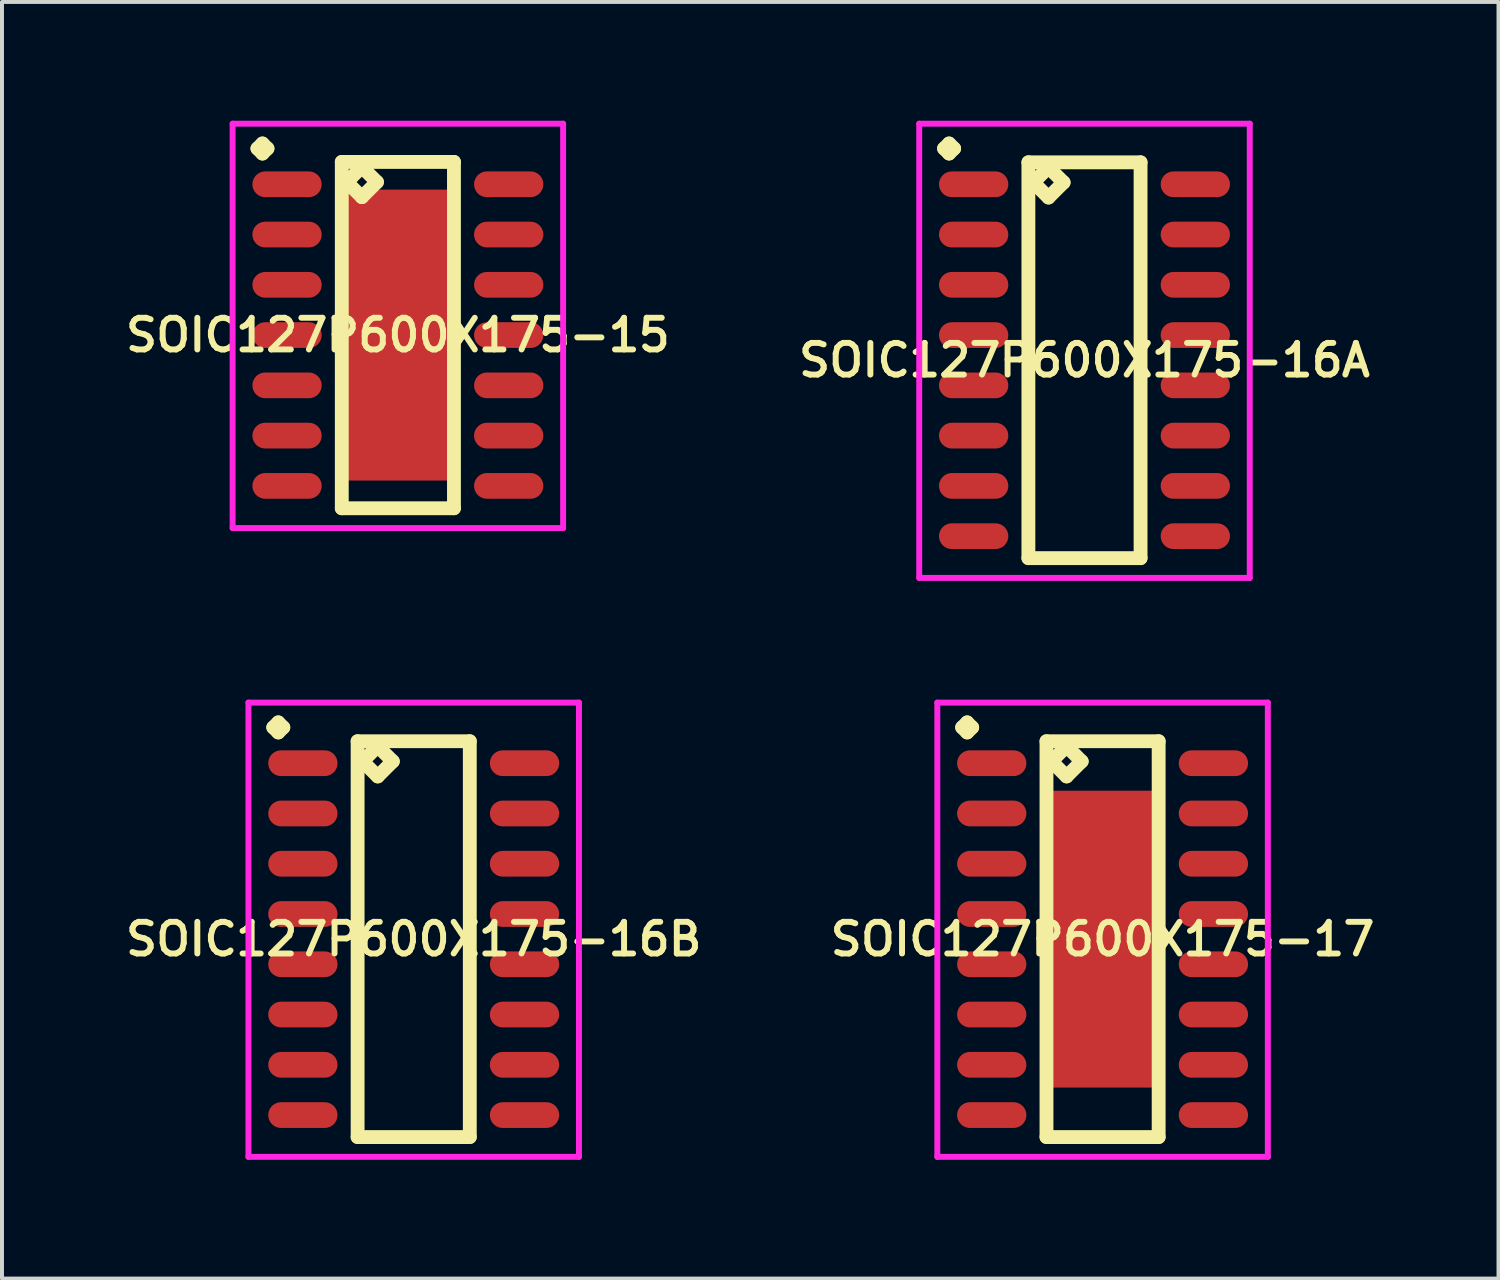
<source format=kicad_pcb>
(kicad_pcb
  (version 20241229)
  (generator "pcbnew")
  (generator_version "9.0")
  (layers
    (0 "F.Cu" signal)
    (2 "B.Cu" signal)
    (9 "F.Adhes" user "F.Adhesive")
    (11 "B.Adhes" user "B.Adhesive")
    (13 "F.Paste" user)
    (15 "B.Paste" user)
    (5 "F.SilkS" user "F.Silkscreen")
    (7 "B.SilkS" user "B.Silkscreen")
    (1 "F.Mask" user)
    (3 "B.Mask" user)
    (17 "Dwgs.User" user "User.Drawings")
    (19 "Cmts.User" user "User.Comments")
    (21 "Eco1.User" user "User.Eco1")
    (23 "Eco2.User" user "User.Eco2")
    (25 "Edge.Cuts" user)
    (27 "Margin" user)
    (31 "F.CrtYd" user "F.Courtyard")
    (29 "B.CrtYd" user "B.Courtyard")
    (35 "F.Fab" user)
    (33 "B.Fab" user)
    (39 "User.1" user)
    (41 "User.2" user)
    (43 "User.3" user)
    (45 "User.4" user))
  (footprint "SOIC127P600X175-15"
    (layer "F.Cu")
    (at 7.002 5.416)
    (property "Reference" "SOIC127P600X175-15" (at 0 0 0) (layer "F.SilkS") (effects (font (size 0.8 0.8) (thickness 0.15))))
    (attr smd)
    (fp_line (start -3.548 -4.714) (end -3.421 -4.841) (stroke (width 0.35) (type solid)) (layer "F.SilkS"))
    (fp_line (start -3.421 -4.841) (end -3.294 -4.714) (stroke (width 0.35) (type solid)) (layer "F.SilkS"))
    (fp_line (start -3.421 -4.587) (end -3.548 -4.714) (stroke (width 0.35) (type solid)) (layer "F.SilkS"))
    (fp_line (start -3.294 -4.714) (end -3.421 -4.587) (stroke (width 0.35) (type solid)) (layer "F.SilkS"))
    (fp_line (start -1.417 -4.375) (end -1.417 4.375) (stroke (width 0.35) (type solid)) (layer "F.SilkS"))
    (fp_line (start -1.417 4.375) (end 1.417 4.375) (stroke (width 0.35) (type solid)) (layer "F.SilkS"))
    (fp_line (start -1.29 -3.867) (end -0.909 -4.248) (stroke (width 0.35) (type solid)) (layer "F.SilkS"))
    (fp_line (start -0.909 -4.248) (end -0.528 -3.867) (stroke (width 0.35) (type solid)) (layer "F.SilkS"))
    (fp_line (start -0.909 -3.486) (end -1.29 -3.867) (stroke (width 0.35) (type solid)) (layer "F.SilkS"))
    (fp_line (start -0.528 -3.867) (end -0.909 -3.486) (stroke (width 0.35) (type solid)) (layer "F.SilkS"))
    (fp_line (start 1.417 -4.375) (end -1.417 -4.375) (stroke (width 0.35) (type solid)) (layer "F.SilkS"))
    (fp_line (start 1.417 4.375) (end 1.417 -4.375) (stroke (width 0.35) (type solid)) (layer "F.SilkS"))
    (fp_line (start -4.175 -5.341) (end 4.175 -5.341) (stroke (width 0.15) (type solid)) (layer "F.CrtYd"))
    (fp_line (start -4.175 4.875) (end -4.175 -5.341) (stroke (width 0.15) (type solid)) (layer "F.CrtYd"))
    (fp_line (start 4.175 -5.341) (end 4.175 4.875) (stroke (width 0.15) (type solid)) (layer "F.CrtYd"))
    (fp_line (start 4.175 4.875) (end -4.175 4.875) (stroke (width 0.15) (type solid)) (layer "F.CrtYd"))
    (pad "1" smd oval (at -2.8 -3.81) (size 1.75 0.65) (layers "F.Cu" "F.Mask" "F.Paste"))
    (pad "2" smd oval (at -2.8 -2.54) (size 1.75 0.65) (layers "F.Cu" "F.Mask" "F.Paste"))
    (pad "3" smd oval (at -2.8 -1.27) (size 1.75 0.65) (layers "F.Cu" "F.Mask" "F.Paste"))
    (pad "4" smd oval (at -2.8 0) (size 1.75 0.65) (layers "F.Cu" "F.Mask" "F.Paste"))
    (pad "5" smd oval (at -2.8 1.27) (size 1.75 0.65) (layers "F.Cu" "F.Mask" "F.Paste"))
    (pad "6" smd oval (at -2.8 2.54) (size 1.75 0.65) (layers "F.Cu" "F.Mask" "F.Paste"))
    (pad "7" smd oval (at -2.8 3.81) (size 1.75 0.65) (layers "F.Cu" "F.Mask" "F.Paste"))
    (pad "8" smd oval (at 2.8 3.81) (size 1.75 0.65) (layers "F.Cu" "F.Mask" "F.Paste"))
    (pad "9" smd oval (at 2.8 2.54) (size 1.75 0.65) (layers "F.Cu" "F.Mask" "F.Paste"))
    (pad "10" smd oval (at 2.8 1.27) (size 1.75 0.65) (layers "F.Cu" "F.Mask" "F.Paste"))
    (pad "11" smd oval (at 2.8 0) (size 1.75 0.65) (layers "F.Cu" "F.Mask" "F.Paste"))
    (pad "12" smd oval (at 2.8 -1.27) (size 1.75 0.65) (layers "F.Cu" "F.Mask" "F.Paste"))
    (pad "13" smd oval (at 2.8 -2.54) (size 1.75 0.65) (layers "F.Cu" "F.Mask" "F.Paste"))
    (pad "14" smd oval (at 2.8 -3.81) (size 1.75 0.65) (layers "F.Cu" "F.Mask" "F.Paste"))
    (pad "15" smd rect (at 0 0) (size 2.75 7.35) (layers "F.Cu" "F.Mask" "F.Paste")))
  (footprint "SOIC127P600X175-16B"
    (layer "F.Cu")
    (at 7.402 20.677)
    (property "Reference" "SOIC127P600X175-16B" (at 0 0 0) (layer "F.SilkS") (effects (font (size 0.8 0.8) (thickness 0.15))))
    (attr smd)
    (fp_line (start -3.548 -5.349) (end -3.421 -5.476) (stroke (width 0.35) (type solid)) (layer "F.SilkS"))
    (fp_line (start -3.421 -5.476) (end -3.294 -5.349) (stroke (width 0.35) (type solid)) (layer "F.SilkS"))
    (fp_line (start -3.421 -5.222) (end -3.548 -5.349) (stroke (width 0.35) (type solid)) (layer "F.SilkS"))
    (fp_line (start -3.294 -5.349) (end -3.421 -5.222) (stroke (width 0.35) (type solid)) (layer "F.SilkS"))
    (fp_line (start -1.417 -5) (end -1.417 5) (stroke (width 0.35) (type solid)) (layer "F.SilkS"))
    (fp_line (start -1.417 5) (end 1.417 5) (stroke (width 0.35) (type solid)) (layer "F.SilkS"))
    (fp_line (start -1.29 -4.492) (end -0.909 -4.873) (stroke (width 0.35) (type solid)) (layer "F.SilkS"))
    (fp_line (start -0.909 -4.873) (end -0.528 -4.492) (stroke (width 0.35) (type solid)) (layer "F.SilkS"))
    (fp_line (start -0.909 -4.111) (end -1.29 -4.492) (stroke (width 0.35) (type solid)) (layer "F.SilkS"))
    (fp_line (start -0.528 -4.492) (end -0.909 -4.111) (stroke (width 0.35) (type solid)) (layer "F.SilkS"))
    (fp_line (start 1.417 -5) (end -1.417 -5) (stroke (width 0.35) (type solid)) (layer "F.SilkS"))
    (fp_line (start 1.417 5) (end 1.417 -5) (stroke (width 0.35) (type solid)) (layer "F.SilkS"))
    (fp_line (start -4.175 -5.976) (end 4.175 -5.976) (stroke (width 0.15) (type solid)) (layer "F.CrtYd"))
    (fp_line (start -4.175 5.5) (end -4.175 -5.976) (stroke (width 0.15) (type solid)) (layer "F.CrtYd"))
    (fp_line (start 4.175 -5.976) (end 4.175 5.5) (stroke (width 0.15) (type solid)) (layer "F.CrtYd"))
    (fp_line (start 4.175 5.5) (end -4.175 5.5) (stroke (width 0.15) (type solid)) (layer "F.CrtYd"))
    (pad "1" smd oval (at -2.8 -4.445) (size 1.75 0.65) (layers "F.Cu" "F.Mask" "F.Paste"))
    (pad "2" smd oval (at -2.8 -3.175) (size 1.75 0.65) (layers "F.Cu" "F.Mask" "F.Paste"))
    (pad "3" smd oval (at -2.8 -1.905) (size 1.75 0.65) (layers "F.Cu" "F.Mask" "F.Paste"))
    (pad "4" smd oval (at -2.8 -0.635) (size 1.75 0.65) (layers "F.Cu" "F.Mask" "F.Paste"))
    (pad "5" smd oval (at -2.8 0.635) (size 1.75 0.65) (layers "F.Cu" "F.Mask" "F.Paste"))
    (pad "6" smd oval (at -2.8 1.905) (size 1.75 0.65) (layers "F.Cu" "F.Mask" "F.Paste"))
    (pad "7" smd oval (at -2.8 3.175) (size 1.75 0.65) (layers "F.Cu" "F.Mask" "F.Paste"))
    (pad "8" smd oval (at -2.8 4.445) (size 1.75 0.65) (layers "F.Cu" "F.Mask" "F.Paste"))
    (pad "9" smd oval (at 2.8 4.445) (size 1.75 0.65) (layers "F.Cu" "F.Mask" "F.Paste"))
    (pad "10" smd oval (at 2.8 3.175) (size 1.75 0.65) (layers "F.Cu" "F.Mask" "F.Paste"))
    (pad "11" smd oval (at 2.8 1.905) (size 1.75 0.65) (layers "F.Cu" "F.Mask" "F.Paste"))
    (pad "12" smd oval (at 2.8 0.635) (size 1.75 0.65) (layers "F.Cu" "F.Mask" "F.Paste"))
    (pad "13" smd oval (at 2.8 -0.635) (size 1.75 0.65) (layers "F.Cu" "F.Mask" "F.Paste"))
    (pad "14" smd oval (at 2.8 -1.905) (size 1.75 0.65) (layers "F.Cu" "F.Mask" "F.Paste"))
    (pad "15" smd oval (at 2.8 -3.175) (size 1.75 0.65) (layers "F.Cu" "F.Mask" "F.Paste"))
    (pad "16" smd oval (at 2.8 -4.445) (size 1.75 0.65) (layers "F.Cu" "F.Mask" "F.Paste")))
  (footprint "SOIC127P600X175-17"
    (layer "F.Cu")
    (at 24.806 20.677)
    (property "Reference" "SOIC127P600X175-17" (at 0 0 0) (layer "F.SilkS") (effects (font (size 0.8 0.8) (thickness 0.15))))
    (attr smd)
    (fp_line (start -3.548 -5.349) (end -3.421 -5.476) (stroke (width 0.35) (type solid)) (layer "F.SilkS"))
    (fp_line (start -3.421 -5.476) (end -3.294 -5.349) (stroke (width 0.35) (type solid)) (layer "F.SilkS"))
    (fp_line (start -3.421 -5.222) (end -3.548 -5.349) (stroke (width 0.35) (type solid)) (layer "F.SilkS"))
    (fp_line (start -3.294 -5.349) (end -3.421 -5.222) (stroke (width 0.35) (type solid)) (layer "F.SilkS"))
    (fp_line (start -1.417 -5) (end -1.417 5) (stroke (width 0.35) (type solid)) (layer "F.SilkS"))
    (fp_line (start -1.417 5) (end 1.417 5) (stroke (width 0.35) (type solid)) (layer "F.SilkS"))
    (fp_line (start -1.29 -4.492) (end -0.909 -4.873) (stroke (width 0.35) (type solid)) (layer "F.SilkS"))
    (fp_line (start -0.909 -4.873) (end -0.528 -4.492) (stroke (width 0.35) (type solid)) (layer "F.SilkS"))
    (fp_line (start -0.909 -4.111) (end -1.29 -4.492) (stroke (width 0.35) (type solid)) (layer "F.SilkS"))
    (fp_line (start -0.528 -4.492) (end -0.909 -4.111) (stroke (width 0.35) (type solid)) (layer "F.SilkS"))
    (fp_line (start 1.417 -5) (end -1.417 -5) (stroke (width 0.35) (type solid)) (layer "F.SilkS"))
    (fp_line (start 1.417 5) (end 1.417 -5) (stroke (width 0.35) (type solid)) (layer "F.SilkS"))
    (fp_line (start -4.175 -5.976) (end 4.175 -5.976) (stroke (width 0.15) (type solid)) (layer "F.CrtYd"))
    (fp_line (start -4.175 5.5) (end -4.175 -5.976) (stroke (width 0.15) (type solid)) (layer "F.CrtYd"))
    (fp_line (start 4.175 -5.976) (end 4.175 5.5) (stroke (width 0.15) (type solid)) (layer "F.CrtYd"))
    (fp_line (start 4.175 5.5) (end -4.175 5.5) (stroke (width 0.15) (type solid)) (layer "F.CrtYd"))
    (pad "1" smd oval (at -2.8 -4.445) (size 1.75 0.65) (layers "F.Cu" "F.Mask" "F.Paste"))
    (pad "2" smd oval (at -2.8 -3.175) (size 1.75 0.65) (layers "F.Cu" "F.Mask" "F.Paste"))
    (pad "3" smd oval (at -2.8 -1.905) (size 1.75 0.65) (layers "F.Cu" "F.Mask" "F.Paste"))
    (pad "4" smd oval (at -2.8 -0.635) (size 1.75 0.65) (layers "F.Cu" "F.Mask" "F.Paste"))
    (pad "5" smd oval (at -2.8 0.635) (size 1.75 0.65) (layers "F.Cu" "F.Mask" "F.Paste"))
    (pad "6" smd oval (at -2.8 1.905) (size 1.75 0.65) (layers "F.Cu" "F.Mask" "F.Paste"))
    (pad "7" smd oval (at -2.8 3.175) (size 1.75 0.65) (layers "F.Cu" "F.Mask" "F.Paste"))
    (pad "8" smd oval (at -2.8 4.445) (size 1.75 0.65) (layers "F.Cu" "F.Mask" "F.Paste"))
    (pad "9" smd oval (at 2.8 4.445) (size 1.75 0.65) (layers "F.Cu" "F.Mask" "F.Paste"))
    (pad "10" smd oval (at 2.8 3.175) (size 1.75 0.65) (layers "F.Cu" "F.Mask" "F.Paste"))
    (pad "11" smd oval (at 2.8 1.905) (size 1.75 0.65) (layers "F.Cu" "F.Mask" "F.Paste"))
    (pad "12" smd oval (at 2.8 0.635) (size 1.75 0.65) (layers "F.Cu" "F.Mask" "F.Paste"))
    (pad "13" smd oval (at 2.8 -0.635) (size 1.75 0.65) (layers "F.Cu" "F.Mask" "F.Paste"))
    (pad "14" smd oval (at 2.8 -1.905) (size 1.75 0.65) (layers "F.Cu" "F.Mask" "F.Paste"))
    (pad "15" smd oval (at 2.8 -3.175) (size 1.75 0.65) (layers "F.Cu" "F.Mask" "F.Paste"))
    (pad "16" smd oval (at 2.8 -4.445) (size 1.75 0.65) (layers "F.Cu" "F.Mask" "F.Paste"))
    (pad "17" smd rect (at 0 0) (size 2.5 7.5) (layers "F.Cu" "F.Mask" "F.Paste")))
  (footprint "SOIC127P600X175-16A"
    (layer "F.Cu")
    (at 24.349 6.051)
    (property "Reference" "SOIC127P600X175-16A" (at 0 0 0) (layer "F.SilkS") (effects (font (size 0.8 0.8) (thickness 0.15))))
    (attr smd)
    (fp_line (start -3.548 -5.349) (end -3.421 -5.476) (stroke (width 0.35) (type solid)) (layer "F.SilkS"))
    (fp_line (start -3.421 -5.476) (end -3.294 -5.349) (stroke (width 0.35) (type solid)) (layer "F.SilkS"))
    (fp_line (start -3.421 -5.222) (end -3.548 -5.349) (stroke (width 0.35) (type solid)) (layer "F.SilkS"))
    (fp_line (start -3.294 -5.349) (end -3.421 -5.222) (stroke (width 0.35) (type solid)) (layer "F.SilkS"))
    (fp_line (start -1.417 -5) (end -1.417 5) (stroke (width 0.35) (type solid)) (layer "F.SilkS"))
    (fp_line (start -1.417 5) (end 1.417 5) (stroke (width 0.35) (type solid)) (layer "F.SilkS"))
    (fp_line (start -1.29 -4.492) (end -0.909 -4.873) (stroke (width 0.35) (type solid)) (layer "F.SilkS"))
    (fp_line (start -0.909 -4.873) (end -0.528 -4.492) (stroke (width 0.35) (type solid)) (layer "F.SilkS"))
    (fp_line (start -0.909 -4.111) (end -1.29 -4.492) (stroke (width 0.35) (type solid)) (layer "F.SilkS"))
    (fp_line (start -0.528 -4.492) (end -0.909 -4.111) (stroke (width 0.35) (type solid)) (layer "F.SilkS"))
    (fp_line (start 1.417 -5) (end -1.417 -5) (stroke (width 0.35) (type solid)) (layer "F.SilkS"))
    (fp_line (start 1.417 5) (end 1.417 -5) (stroke (width 0.35) (type solid)) (layer "F.SilkS"))
    (fp_line (start -4.175 -5.976) (end 4.175 -5.976) (stroke (width 0.15) (type solid)) (layer "F.CrtYd"))
    (fp_line (start -4.175 5.5) (end -4.175 -5.976) (stroke (width 0.15) (type solid)) (layer "F.CrtYd"))
    (fp_line (start 4.175 -5.976) (end 4.175 5.5) (stroke (width 0.15) (type solid)) (layer "F.CrtYd"))
    (fp_line (start 4.175 5.5) (end -4.175 5.5) (stroke (width 0.15) (type solid)) (layer "F.CrtYd"))
    (pad "1" smd oval (at -2.8 -4.445) (size 1.75 0.65) (layers "F.Cu" "F.Mask" "F.Paste"))
    (pad "2" smd oval (at -2.8 -3.175) (size 1.75 0.65) (layers "F.Cu" "F.Mask" "F.Paste"))
    (pad "3" smd oval (at -2.8 -1.905) (size 1.75 0.65) (layers "F.Cu" "F.Mask" "F.Paste"))
    (pad "4" smd oval (at -2.8 -0.635) (size 1.75 0.65) (layers "F.Cu" "F.Mask" "F.Paste"))
    (pad "5" smd oval (at -2.8 0.635) (size 1.75 0.65) (layers "F.Cu" "F.Mask" "F.Paste"))
    (pad "6" smd oval (at -2.8 1.905) (size 1.75 0.65) (layers "F.Cu" "F.Mask" "F.Paste"))
    (pad "7" smd oval (at -2.8 3.175) (size 1.75 0.65) (layers "F.Cu" "F.Mask" "F.Paste"))
    (pad "8" smd oval (at -2.8 4.445) (size 1.75 0.65) (layers "F.Cu" "F.Mask" "F.Paste"))
    (pad "9" smd oval (at 2.8 4.445) (size 1.75 0.65) (layers "F.Cu" "F.Mask" "F.Paste"))
    (pad "10" smd oval (at 2.8 3.175) (size 1.75 0.65) (layers "F.Cu" "F.Mask" "F.Paste"))
    (pad "11" smd oval (at 2.8 1.905) (size 1.75 0.65) (layers "F.Cu" "F.Mask" "F.Paste"))
    (pad "12" smd oval (at 2.8 0.635) (size 1.75 0.65) (layers "F.Cu" "F.Mask" "F.Paste"))
    (pad "13" smd oval (at 2.8 -0.635) (size 1.75 0.65) (layers "F.Cu" "F.Mask" "F.Paste"))
    (pad "14" smd oval (at 2.8 -1.905) (size 1.75 0.65) (layers "F.Cu" "F.Mask" "F.Paste"))
    (pad "15" smd oval (at 2.8 -3.175) (size 1.75 0.65) (layers "F.Cu" "F.Mask" "F.Paste"))
    (pad "16" smd oval (at 2.8 -4.445) (size 1.75 0.65) (layers "F.Cu" "F.Mask" "F.Paste")))
  (gr_rect
    (start -3 -3)
    (end 34.809 29.252)
    (stroke (width 0.1) (type default))
    (fill no)
    (layer "Edge.Cuts")))
</source>
